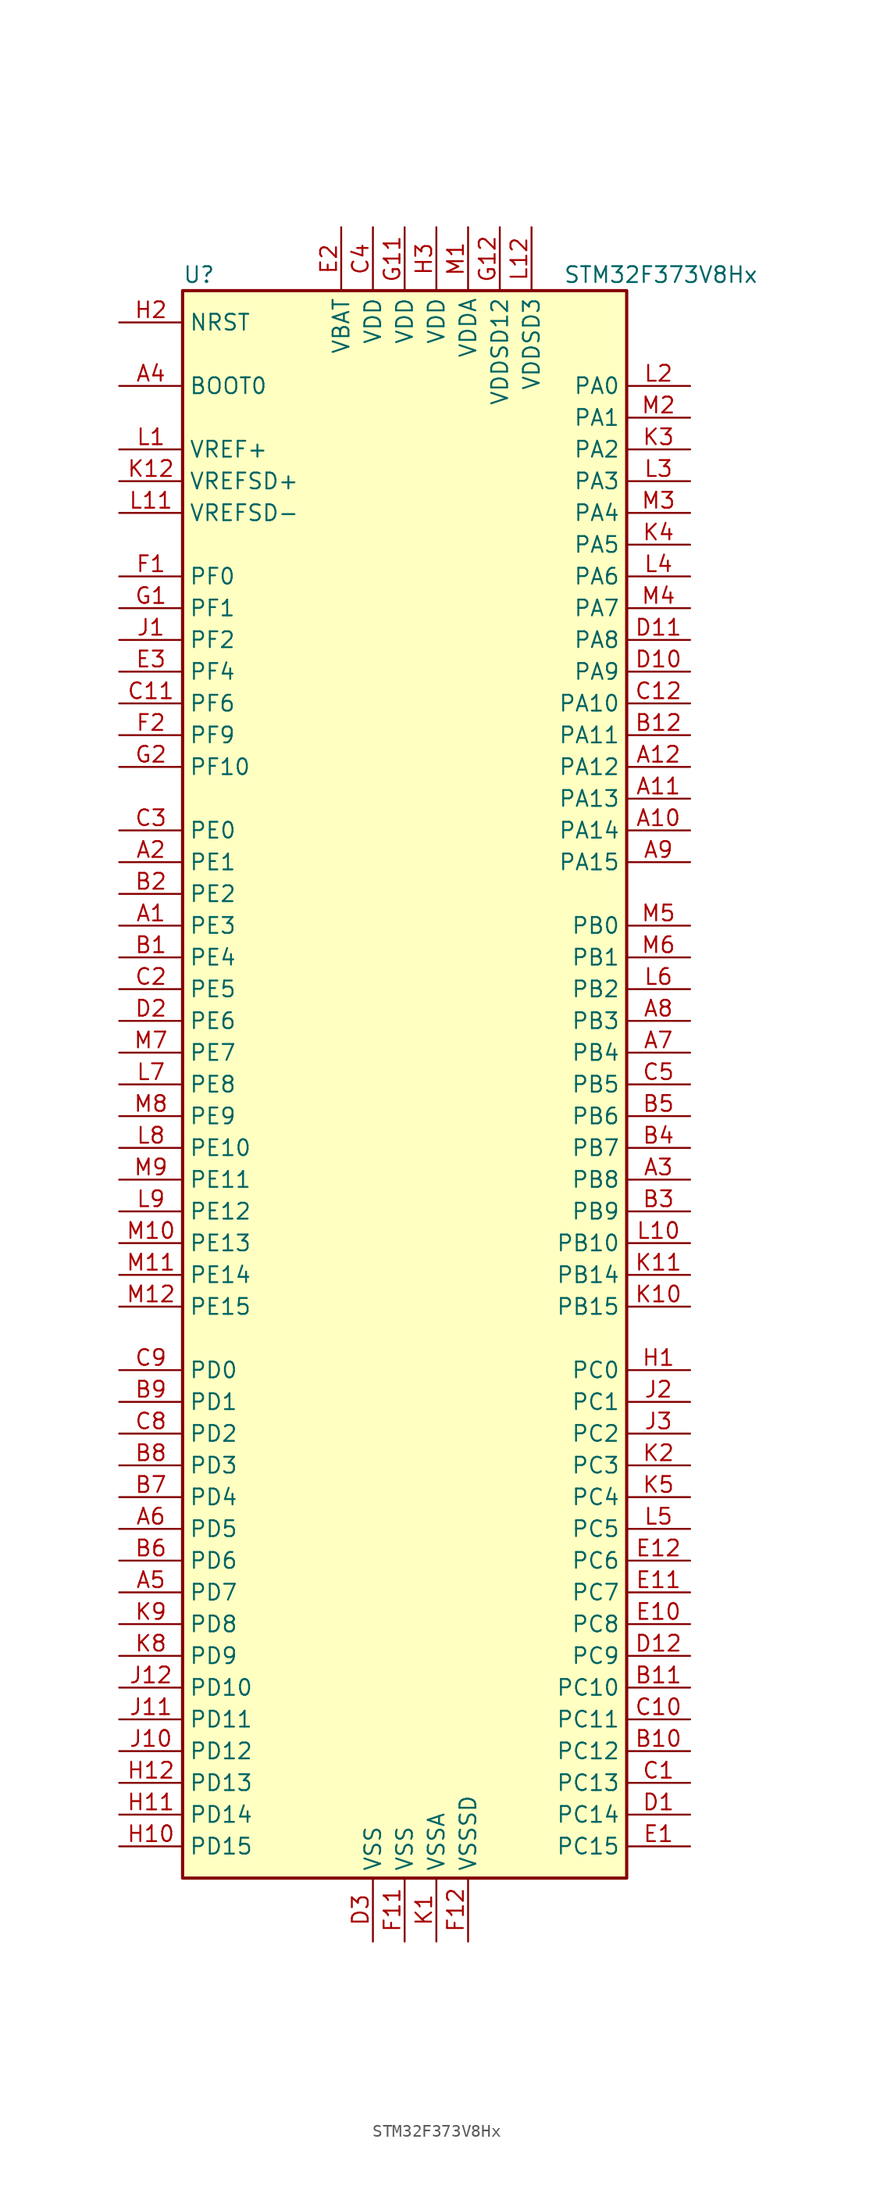
<source format=kicad_sym>
(kicad_symbol_lib
  (version 20201005)
  (generator kicad_symbol_editor)
  (symbol "STM32F373V8Hx"
    (property "Reference" "U"
      (at -17.78 64.77 0)
      (effects (font (size 1.27 1.27)) (justify left)))
    (property "Value" "STM32F373V8Hx"
      (at 12.7 64.77 0)
      (effects (font (size 1.27 1.27)) (justify left)))
    (symbol "STM32F373V8Hx_0_1"
      (rectangle (start -17.78 -63.5) (end 17.78 63.5) (stroke (width 0.254)) (fill (type background))))
    (symbol "STM32F373V8Hx_1_1"
      (pin bidirectional line (at -22.86 12.7 0) (length 5.08) (name "PE3" (effects (font (size 1.27 1.27)))) (number "A1" (effects (font (size 1.27 1.27)))))
      (pin bidirectional line (at 22.86 20.32 180) (length 5.08) (name "PA14" (effects (font (size 1.27 1.27)))) (number "A10" (effects (font (size 1.27 1.27)))))
      (pin bidirectional line (at 22.86 22.86 180) (length 5.08) (name "PA13" (effects (font (size 1.27 1.27)))) (number "A11" (effects (font (size 1.27 1.27)))))
      (pin bidirectional line (at 22.86 25.4 180) (length 5.08) (name "PA12" (effects (font (size 1.27 1.27)))) (number "A12" (effects (font (size 1.27 1.27)))))
      (pin bidirectional line (at -22.86 17.78 0) (length 5.08) (name "PE1" (effects (font (size 1.27 1.27)))) (number "A2" (effects (font (size 1.27 1.27)))))
      (pin bidirectional line (at 22.86 -7.62 180) (length 5.08) (name "PB8" (effects (font (size 1.27 1.27)))) (number "A3" (effects (font (size 1.27 1.27)))))
      (pin input line (at -22.86 55.88 0) (length 5.08) (name "BOOT0" (effects (font (size 1.27 1.27)))) (number "A4" (effects (font (size 1.27 1.27)))))
      (pin bidirectional line (at -22.86 -40.64 0) (length 5.08) (name "PD7" (effects (font (size 1.27 1.27)))) (number "A5" (effects (font (size 1.27 1.27)))))
      (pin bidirectional line (at -22.86 -35.56 0) (length 5.08) (name "PD5" (effects (font (size 1.27 1.27)))) (number "A6" (effects (font (size 1.27 1.27)))))
      (pin bidirectional line (at 22.86 2.54 180) (length 5.08) (name "PB4" (effects (font (size 1.27 1.27)))) (number "A7" (effects (font (size 1.27 1.27)))))
      (pin bidirectional line (at 22.86 5.08 180) (length 5.08) (name "PB3" (effects (font (size 1.27 1.27)))) (number "A8" (effects (font (size 1.27 1.27)))))
      (pin bidirectional line (at 22.86 17.78 180) (length 5.08) (name "PA15" (effects (font (size 1.27 1.27)))) (number "A9" (effects (font (size 1.27 1.27)))))
      (pin bidirectional line (at -22.86 10.16 0) (length 5.08) (name "PE4" (effects (font (size 1.27 1.27)))) (number "B1" (effects (font (size 1.27 1.27)))))
      (pin bidirectional line (at 22.86 -53.34 180) (length 5.08) (name "PC12" (effects (font (size 1.27 1.27)))) (number "B10" (effects (font (size 1.27 1.27)))))
      (pin bidirectional line (at 22.86 -48.26 180) (length 5.08) (name "PC10" (effects (font (size 1.27 1.27)))) (number "B11" (effects (font (size 1.27 1.27)))))
      (pin bidirectional line (at 22.86 27.94 180) (length 5.08) (name "PA11" (effects (font (size 1.27 1.27)))) (number "B12" (effects (font (size 1.27 1.27)))))
      (pin bidirectional line (at -22.86 15.24 0) (length 5.08) (name "PE2" (effects (font (size 1.27 1.27)))) (number "B2" (effects (font (size 1.27 1.27)))))
      (pin bidirectional line (at 22.86 -10.16 180) (length 5.08) (name "PB9" (effects (font (size 1.27 1.27)))) (number "B3" (effects (font (size 1.27 1.27)))))
      (pin bidirectional line (at 22.86 -5.08 180) (length 5.08) (name "PB7" (effects (font (size 1.27 1.27)))) (number "B4" (effects (font (size 1.27 1.27)))))
      (pin bidirectional line (at 22.86 -2.54 180) (length 5.08) (name "PB6" (effects (font (size 1.27 1.27)))) (number "B5" (effects (font (size 1.27 1.27)))))
      (pin bidirectional line (at -22.86 -38.1 0) (length 5.08) (name "PD6" (effects (font (size 1.27 1.27)))) (number "B6" (effects (font (size 1.27 1.27)))))
      (pin bidirectional line (at -22.86 -33.02 0) (length 5.08) (name "PD4" (effects (font (size 1.27 1.27)))) (number "B7" (effects (font (size 1.27 1.27)))))
      (pin bidirectional line (at -22.86 -30.48 0) (length 5.08) (name "PD3" (effects (font (size 1.27 1.27)))) (number "B8" (effects (font (size 1.27 1.27)))))
      (pin bidirectional line (at -22.86 -25.4 0) (length 5.08) (name "PD1" (effects (font (size 1.27 1.27)))) (number "B9" (effects (font (size 1.27 1.27)))))
      (pin bidirectional line (at 22.86 -55.88 180) (length 5.08) (name "PC13" (effects (font (size 1.27 1.27)))) (number "C1" (effects (font (size 1.27 1.27)))))
      (pin bidirectional line (at 22.86 -50.8 180) (length 5.08) (name "PC11" (effects (font (size 1.27 1.27)))) (number "C10" (effects (font (size 1.27 1.27)))))
      (pin bidirectional line (at -22.86 30.48 0) (length 5.08) (name "PF6" (effects (font (size 1.27 1.27)))) (number "C11" (effects (font (size 1.27 1.27)))))
      (pin bidirectional line (at 22.86 30.48 180) (length 5.08) (name "PA10" (effects (font (size 1.27 1.27)))) (number "C12" (effects (font (size 1.27 1.27)))))
      (pin bidirectional line (at -22.86 7.62 0) (length 5.08) (name "PE5" (effects (font (size 1.27 1.27)))) (number "C2" (effects (font (size 1.27 1.27)))))
      (pin bidirectional line (at -22.86 20.32 0) (length 5.08) (name "PE0" (effects (font (size 1.27 1.27)))) (number "C3" (effects (font (size 1.27 1.27)))))
      (pin power_in line (at -2.54 68.58 270) (length 5.08) (name "VDD" (effects (font (size 1.27 1.27)))) (number "C4" (effects (font (size 1.27 1.27)))))
      (pin bidirectional line (at 22.86 0 180) (length 5.08) (name "PB5" (effects (font (size 1.27 1.27)))) (number "C5" (effects (font (size 1.27 1.27)))))
      (pin bidirectional line (at -22.86 -27.94 0) (length 5.08) (name "PD2" (effects (font (size 1.27 1.27)))) (number "C8" (effects (font (size 1.27 1.27)))))
      (pin bidirectional line (at -22.86 -22.86 0) (length 5.08) (name "PD0" (effects (font (size 1.27 1.27)))) (number "C9" (effects (font (size 1.27 1.27)))))
      (pin bidirectional line (at 22.86 -58.42 180) (length 5.08) (name "PC14" (effects (font (size 1.27 1.27)))) (number "D1" (effects (font (size 1.27 1.27)))))
      (pin bidirectional line (at 22.86 33.02 180) (length 5.08) (name "PA9" (effects (font (size 1.27 1.27)))) (number "D10" (effects (font (size 1.27 1.27)))))
      (pin bidirectional line (at 22.86 35.56 180) (length 5.08) (name "PA8" (effects (font (size 1.27 1.27)))) (number "D11" (effects (font (size 1.27 1.27)))))
      (pin bidirectional line (at 22.86 -45.72 180) (length 5.08) (name "PC9" (effects (font (size 1.27 1.27)))) (number "D12" (effects (font (size 1.27 1.27)))))
      (pin bidirectional line (at -22.86 5.08 0) (length 5.08) (name "PE6" (effects (font (size 1.27 1.27)))) (number "D2" (effects (font (size 1.27 1.27)))))
      (pin power_in line (at -2.54 -68.58 90) (length 5.08) (name "VSS" (effects (font (size 1.27 1.27)))) (number "D3" (effects (font (size 1.27 1.27)))))
      (pin bidirectional line (at 22.86 -60.96 180) (length 5.08) (name "PC15" (effects (font (size 1.27 1.27)))) (number "E1" (effects (font (size 1.27 1.27)))))
      (pin bidirectional line (at 22.86 -43.18 180) (length 5.08) (name "PC8" (effects (font (size 1.27 1.27)))) (number "E10" (effects (font (size 1.27 1.27)))))
      (pin bidirectional line (at 22.86 -40.64 180) (length 5.08) (name "PC7" (effects (font (size 1.27 1.27)))) (number "E11" (effects (font (size 1.27 1.27)))))
      (pin bidirectional line (at 22.86 -38.1 180) (length 5.08) (name "PC6" (effects (font (size 1.27 1.27)))) (number "E12" (effects (font (size 1.27 1.27)))))
      (pin power_in line (at -5.08 68.58 270) (length 5.08) (name "VBAT" (effects (font (size 1.27 1.27)))) (number "E2" (effects (font (size 1.27 1.27)))))
      (pin bidirectional line (at -22.86 33.02 0) (length 5.08) (name "PF4" (effects (font (size 1.27 1.27)))) (number "E3" (effects (font (size 1.27 1.27)))))
      (pin input line (at -22.86 40.64 0) (length 5.08) (name "PF0" (effects (font (size 1.27 1.27)))) (number "F1" (effects (font (size 1.27 1.27)))))
      (pin power_in line (at 0 -68.58 90) (length 5.08) (name "VSS" (effects (font (size 1.27 1.27)))) (number "F11" (effects (font (size 1.27 1.27)))))
      (pin power_in line (at 5.08 -68.58 90) (length 5.08) (name "VSSSD" (effects (font (size 1.27 1.27)))) (number "F12" (effects (font (size 1.27 1.27)))))
      (pin bidirectional line (at -22.86 27.94 0) (length 5.08) (name "PF9" (effects (font (size 1.27 1.27)))) (number "F2" (effects (font (size 1.27 1.27)))))
      (pin input line (at -22.86 38.1 0) (length 5.08) (name "PF1" (effects (font (size 1.27 1.27)))) (number "G1" (effects (font (size 1.27 1.27)))))
      (pin power_in line (at 0 68.58 270) (length 5.08) (name "VDD" (effects (font (size 1.27 1.27)))) (number "G11" (effects (font (size 1.27 1.27)))))
      (pin power_in line (at 7.62 68.58 270) (length 5.08) (name "VDDSD12" (effects (font (size 1.27 1.27)))) (number "G12" (effects (font (size 1.27 1.27)))))
      (pin bidirectional line (at -22.86 25.4 0) (length 5.08) (name "PF10" (effects (font (size 1.27 1.27)))) (number "G2" (effects (font (size 1.27 1.27)))))
      (pin bidirectional line (at 22.86 -22.86 180) (length 5.08) (name "PC0" (effects (font (size 1.27 1.27)))) (number "H1" (effects (font (size 1.27 1.27)))))
      (pin bidirectional line (at -22.86 -60.96 0) (length 5.08) (name "PD15" (effects (font (size 1.27 1.27)))) (number "H10" (effects (font (size 1.27 1.27)))))
      (pin bidirectional line (at -22.86 -58.42 0) (length 5.08) (name "PD14" (effects (font (size 1.27 1.27)))) (number "H11" (effects (font (size 1.27 1.27)))))
      (pin bidirectional line (at -22.86 -55.88 0) (length 5.08) (name "PD13" (effects (font (size 1.27 1.27)))) (number "H12" (effects (font (size 1.27 1.27)))))
      (pin input line (at -22.86 60.96 0) (length 5.08) (name "NRST" (effects (font (size 1.27 1.27)))) (number "H2" (effects (font (size 1.27 1.27)))))
      (pin power_in line (at 2.54 68.58 270) (length 5.08) (name "VDD" (effects (font (size 1.27 1.27)))) (number "H3" (effects (font (size 1.27 1.27)))))
      (pin bidirectional line (at -22.86 35.56 0) (length 5.08) (name "PF2" (effects (font (size 1.27 1.27)))) (number "J1" (effects (font (size 1.27 1.27)))))
      (pin bidirectional line (at -22.86 -53.34 0) (length 5.08) (name "PD12" (effects (font (size 1.27 1.27)))) (number "J10" (effects (font (size 1.27 1.27)))))
      (pin bidirectional line (at -22.86 -50.8 0) (length 5.08) (name "PD11" (effects (font (size 1.27 1.27)))) (number "J11" (effects (font (size 1.27 1.27)))))
      (pin bidirectional line (at -22.86 -48.26 0) (length 5.08) (name "PD10" (effects (font (size 1.27 1.27)))) (number "J12" (effects (font (size 1.27 1.27)))))
      (pin bidirectional line (at 22.86 -25.4 180) (length 5.08) (name "PC1" (effects (font (size 1.27 1.27)))) (number "J2" (effects (font (size 1.27 1.27)))))
      (pin bidirectional line (at 22.86 -27.94 180) (length 5.08) (name "PC2" (effects (font (size 1.27 1.27)))) (number "J3" (effects (font (size 1.27 1.27)))))
      (pin power_in line (at 2.54 -68.58 90) (length 5.08) (name "VSSA" (effects (font (size 1.27 1.27)))) (number "K1" (effects (font (size 1.27 1.27)))))
      (pin bidirectional line (at 22.86 -17.78 180) (length 5.08) (name "PB15" (effects (font (size 1.27 1.27)))) (number "K10" (effects (font (size 1.27 1.27)))))
      (pin bidirectional line (at 22.86 -15.24 180) (length 5.08) (name "PB14" (effects (font (size 1.27 1.27)))) (number "K11" (effects (font (size 1.27 1.27)))))
      (pin power_in line (at -22.86 48.26 0) (length 5.08) (name "VREFSD+" (effects (font (size 1.27 1.27)))) (number "K12" (effects (font (size 1.27 1.27)))))
      (pin bidirectional line (at 22.86 -30.48 180) (length 5.08) (name "PC3" (effects (font (size 1.27 1.27)))) (number "K2" (effects (font (size 1.27 1.27)))))
      (pin bidirectional line (at 22.86 50.8 180) (length 5.08) (name "PA2" (effects (font (size 1.27 1.27)))) (number "K3" (effects (font (size 1.27 1.27)))))
      (pin bidirectional line (at 22.86 43.18 180) (length 5.08) (name "PA5" (effects (font (size 1.27 1.27)))) (number "K4" (effects (font (size 1.27 1.27)))))
      (pin bidirectional line (at 22.86 -33.02 180) (length 5.08) (name "PC4" (effects (font (size 1.27 1.27)))) (number "K5" (effects (font (size 1.27 1.27)))))
      (pin bidirectional line (at -22.86 -45.72 0) (length 5.08) (name "PD9" (effects (font (size 1.27 1.27)))) (number "K8" (effects (font (size 1.27 1.27)))))
      (pin bidirectional line (at -22.86 -43.18 0) (length 5.08) (name "PD8" (effects (font (size 1.27 1.27)))) (number "K9" (effects (font (size 1.27 1.27)))))
      (pin power_in line (at -22.86 50.8 0) (length 5.08) (name "VREF+" (effects (font (size 1.27 1.27)))) (number "L1" (effects (font (size 1.27 1.27)))))
      (pin bidirectional line (at 22.86 -12.7 180) (length 5.08) (name "PB10" (effects (font (size 1.27 1.27)))) (number "L10" (effects (font (size 1.27 1.27)))))
      (pin power_in line (at -22.86 45.72 0) (length 5.08) (name "VREFSD-" (effects (font (size 1.27 1.27)))) (number "L11" (effects (font (size 1.27 1.27)))))
      (pin power_in line (at 10.16 68.58 270) (length 5.08) (name "VDDSD3" (effects (font (size 1.27 1.27)))) (number "L12" (effects (font (size 1.27 1.27)))))
      (pin bidirectional line (at 22.86 55.88 180) (length 5.08) (name "PA0" (effects (font (size 1.27 1.27)))) (number "L2" (effects (font (size 1.27 1.27)))))
      (pin bidirectional line (at 22.86 48.26 180) (length 5.08) (name "PA3" (effects (font (size 1.27 1.27)))) (number "L3" (effects (font (size 1.27 1.27)))))
      (pin bidirectional line (at 22.86 40.64 180) (length 5.08) (name "PA6" (effects (font (size 1.27 1.27)))) (number "L4" (effects (font (size 1.27 1.27)))))
      (pin bidirectional line (at 22.86 -35.56 180) (length 5.08) (name "PC5" (effects (font (size 1.27 1.27)))) (number "L5" (effects (font (size 1.27 1.27)))))
      (pin bidirectional line (at 22.86 7.62 180) (length 5.08) (name "PB2" (effects (font (size 1.27 1.27)))) (number "L6" (effects (font (size 1.27 1.27)))))
      (pin bidirectional line (at -22.86 0 0) (length 5.08) (name "PE8" (effects (font (size 1.27 1.27)))) (number "L7" (effects (font (size 1.27 1.27)))))
      (pin bidirectional line (at -22.86 -5.08 0) (length 5.08) (name "PE10" (effects (font (size 1.27 1.27)))) (number "L8" (effects (font (size 1.27 1.27)))))
      (pin bidirectional line (at -22.86 -10.16 0) (length 5.08) (name "PE12" (effects (font (size 1.27 1.27)))) (number "L9" (effects (font (size 1.27 1.27)))))
      (pin power_in line (at 5.08 68.58 270) (length 5.08) (name "VDDA" (effects (font (size 1.27 1.27)))) (number "M1" (effects (font (size 1.27 1.27)))))
      (pin bidirectional line (at -22.86 -12.7 0) (length 5.08) (name "PE13" (effects (font (size 1.27 1.27)))) (number "M10" (effects (font (size 1.27 1.27)))))
      (pin bidirectional line (at -22.86 -15.24 0) (length 5.08) (name "PE14" (effects (font (size 1.27 1.27)))) (number "M11" (effects (font (size 1.27 1.27)))))
      (pin bidirectional line (at -22.86 -17.78 0) (length 5.08) (name "PE15" (effects (font (size 1.27 1.27)))) (number "M12" (effects (font (size 1.27 1.27)))))
      (pin bidirectional line (at 22.86 53.34 180) (length 5.08) (name "PA1" (effects (font (size 1.27 1.27)))) (number "M2" (effects (font (size 1.27 1.27)))))
      (pin bidirectional line (at 22.86 45.72 180) (length 5.08) (name "PA4" (effects (font (size 1.27 1.27)))) (number "M3" (effects (font (size 1.27 1.27)))))
      (pin bidirectional line (at 22.86 38.1 180) (length 5.08) (name "PA7" (effects (font (size 1.27 1.27)))) (number "M4" (effects (font (size 1.27 1.27)))))
      (pin bidirectional line (at 22.86 12.7 180) (length 5.08) (name "PB0" (effects (font (size 1.27 1.27)))) (number "M5" (effects (font (size 1.27 1.27)))))
      (pin bidirectional line (at 22.86 10.16 180) (length 5.08) (name "PB1" (effects (font (size 1.27 1.27)))) (number "M6" (effects (font (size 1.27 1.27)))))
      (pin bidirectional line (at -22.86 2.54 0) (length 5.08) (name "PE7" (effects (font (size 1.27 1.27)))) (number "M7" (effects (font (size 1.27 1.27)))))
      (pin bidirectional line (at -22.86 -2.54 0) (length 5.08) (name "PE9" (effects (font (size 1.27 1.27)))) (number "M8" (effects (font (size 1.27 1.27)))))
      (pin bidirectional line (at -22.86 -7.62 0) (length 5.08) (name "PE11" (effects (font (size 1.27 1.27)))) (number "M9" (effects (font (size 1.27 1.27))))))))
</source>
